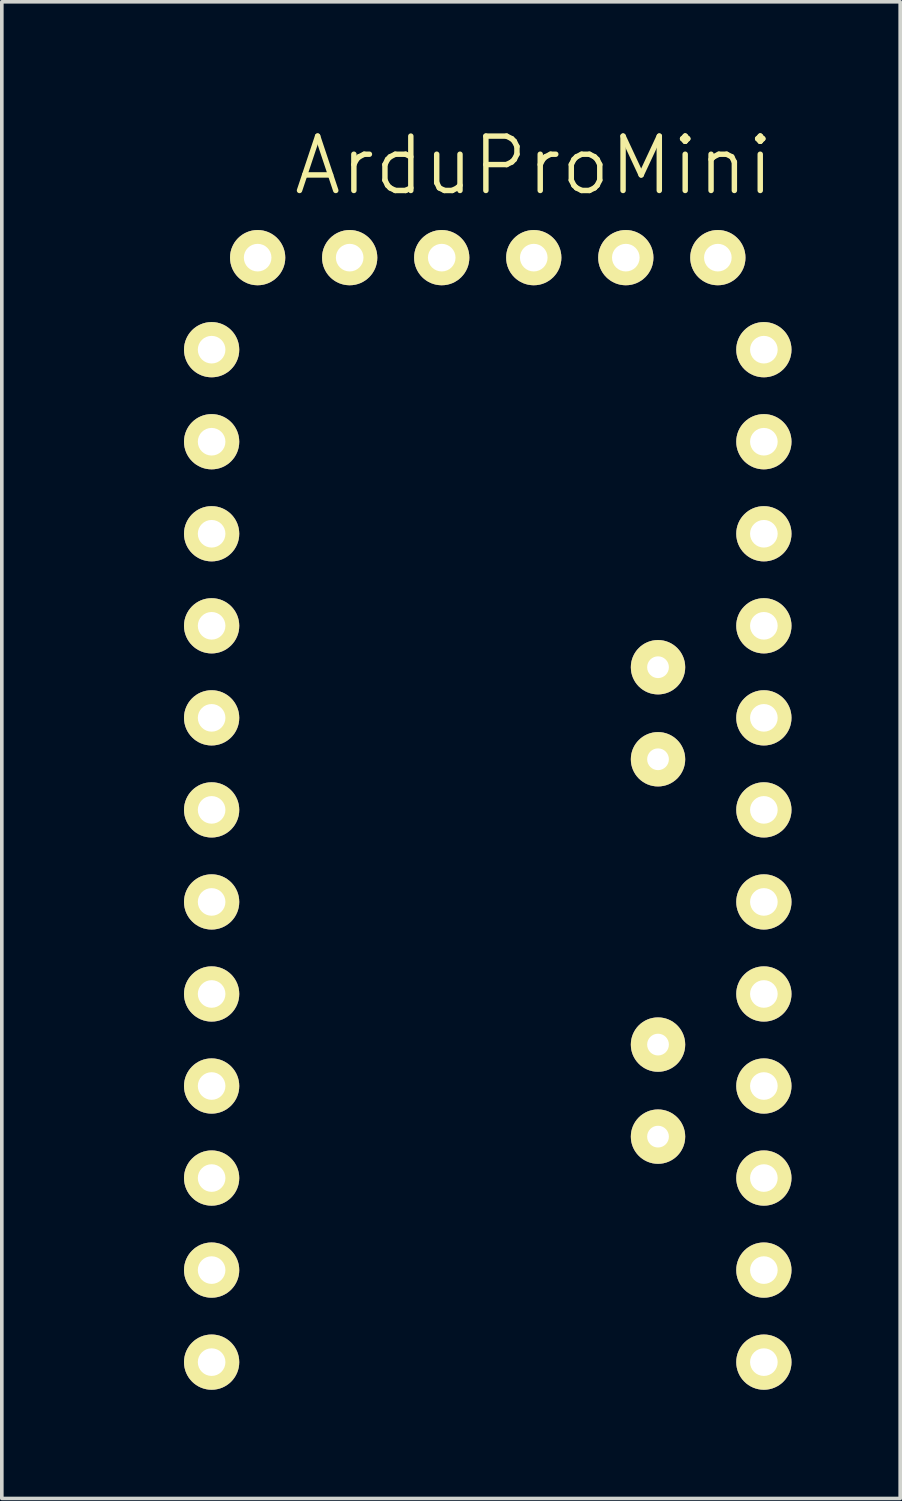
<source format=kicad_pcb>
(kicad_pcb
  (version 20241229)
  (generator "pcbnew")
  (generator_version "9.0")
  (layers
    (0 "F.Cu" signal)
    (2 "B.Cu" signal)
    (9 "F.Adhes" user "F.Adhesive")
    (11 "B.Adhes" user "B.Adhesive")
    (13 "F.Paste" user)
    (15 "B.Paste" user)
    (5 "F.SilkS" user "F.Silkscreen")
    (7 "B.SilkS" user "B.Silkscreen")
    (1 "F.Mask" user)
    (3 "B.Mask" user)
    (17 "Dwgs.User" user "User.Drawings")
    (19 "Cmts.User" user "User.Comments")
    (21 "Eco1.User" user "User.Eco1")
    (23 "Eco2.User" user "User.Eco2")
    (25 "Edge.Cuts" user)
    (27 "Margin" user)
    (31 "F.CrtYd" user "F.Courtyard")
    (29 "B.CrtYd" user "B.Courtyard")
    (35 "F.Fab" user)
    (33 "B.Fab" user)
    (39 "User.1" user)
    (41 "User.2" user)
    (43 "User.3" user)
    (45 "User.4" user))
  (footprint "ArduProMini"
    (layer "F.Cu")
    (at 0.25 0.25)
    (property "Reference" "ArduProMini" (at 11.43 1.27 0) (layer "F.SilkS") (effects (font (size 1.5 1.5) (thickness 0.15))))
    (attr through_hole)
    (pad "1" thru_hole circle (at 3.81 3.81) (size 1.524 1.524) (drill 0.762) (layers "*.Cu" "*.Mask" "F.SilkS"))
    (pad "2" thru_hole circle (at 6.35 3.81) (size 1.524 1.524) (drill 0.762) (layers "*.Cu" "*.Mask" "F.SilkS"))
    (pad "3" thru_hole circle (at 8.89 3.81) (size 1.524 1.524) (drill 0.762) (layers "*.Cu" "*.Mask" "F.SilkS"))
    (pad "4" thru_hole circle (at 11.43 3.81) (size 1.524 1.524) (drill 0.762) (layers "*.Cu" "*.Mask" "F.SilkS"))
    (pad "5" thru_hole circle (at 13.97 3.81) (size 1.524 1.524) (drill 0.762) (layers "*.Cu" "*.Mask" "F.SilkS"))
    (pad "6" thru_hole circle (at 16.51 3.81) (size 1.524 1.524) (drill 0.762) (layers "*.Cu" "*.Mask" "F.SilkS"))
    (pad "7" thru_hole circle (at 2.54 6.35) (size 1.524 1.524) (drill 0.762) (layers "*.Cu" "*.Mask" "F.SilkS"))
    (pad "8" thru_hole circle (at 2.54 8.89) (size 1.524 1.524) (drill 0.762) (layers "*.Cu" "*.Mask" "F.SilkS"))
    (pad "9" thru_hole circle (at 2.54 11.43) (size 1.524 1.524) (drill 0.762) (layers "*.Cu" "*.Mask" "F.SilkS"))
    (pad "10" thru_hole circle (at 2.54 13.97) (size 1.524 1.524) (drill 0.762) (layers "*.Cu" "*.Mask" "F.SilkS"))
    (pad "11" thru_hole circle (at 2.54 16.51) (size 1.524 1.524) (drill 0.762) (layers "*.Cu" "*.Mask" "F.SilkS"))
    (pad "12" thru_hole circle (at 2.54 19.05) (size 1.524 1.524) (drill 0.762) (layers "*.Cu" "*.Mask" "F.SilkS"))
    (pad "13" thru_hole circle (at 2.54 21.59) (size 1.524 1.524) (drill 0.762) (layers "*.Cu" "*.Mask" "F.SilkS"))
    (pad "14" thru_hole circle (at 2.54 24.13) (size 1.524 1.524) (drill 0.762) (layers "*.Cu" "*.Mask" "F.SilkS"))
    (pad "15" thru_hole circle (at 2.54 26.67) (size 1.524 1.524) (drill 0.762) (layers "*.Cu" "*.Mask" "F.SilkS"))
    (pad "16" thru_hole circle (at 2.54 29.21) (size 1.524 1.524) (drill 0.762) (layers "*.Cu" "*.Mask" "F.SilkS"))
    (pad "17" thru_hole circle (at 2.54 31.75) (size 1.524 1.524) (drill 0.762) (layers "*.Cu" "*.Mask" "F.SilkS"))
    (pad "18" thru_hole circle (at 2.54 34.29) (size 1.524 1.524) (drill 0.762) (layers "*.Cu" "*.Mask" "F.SilkS"))
    (pad "19" thru_hole circle (at 17.78 6.35) (size 1.524 1.524) (drill 0.762) (layers "*.Cu" "*.Mask" "F.SilkS"))
    (pad "20" thru_hole circle (at 17.78 8.89) (size 1.524 1.524) (drill 0.762) (layers "*.Cu" "*.Mask" "F.SilkS"))
    (pad "21" thru_hole circle (at 17.78 11.43) (size 1.524 1.524) (drill 0.762) (layers "*.Cu" "*.Mask" "F.SilkS"))
    (pad "22" thru_hole circle (at 17.78 13.97) (size 1.524 1.524) (drill 0.762) (layers "*.Cu" "*.Mask" "F.SilkS"))
    (pad "23" thru_hole circle (at 17.78 16.51) (size 1.524 1.524) (drill 0.762) (layers "*.Cu" "*.Mask" "F.SilkS"))
    (pad "24" thru_hole circle (at 17.78 19.05) (size 1.524 1.524) (drill 0.762) (layers "*.Cu" "*.Mask" "F.SilkS"))
    (pad "25" thru_hole circle (at 17.78 21.59) (size 1.524 1.524) (drill 0.762) (layers "*.Cu" "*.Mask" "F.SilkS"))
    (pad "26" thru_hole circle (at 17.78 24.13) (size 1.524 1.524) (drill 0.762) (layers "*.Cu" "*.Mask" "F.SilkS"))
    (pad "27" thru_hole circle (at 17.78 26.67) (size 1.524 1.524) (drill 0.762) (layers "*.Cu" "*.Mask" "F.SilkS"))
    (pad "28" thru_hole circle (at 17.78 29.21) (size 1.524 1.524) (drill 0.762) (layers "*.Cu" "*.Mask" "F.SilkS"))
    (pad "29" thru_hole circle (at 17.78 31.75) (size 1.524 1.524) (drill 0.762) (layers "*.Cu" "*.Mask" "F.SilkS"))
    (pad "30" thru_hole circle (at 17.78 34.29) (size 1.524 1.524) (drill 0.762) (layers "*.Cu" "*.Mask" "F.SilkS"))
    (pad "31" thru_hole circle (at 14.859 15.113) (size 1.5 1.5) (drill 0.6) (layers "*.Cu" "*.Mask" "F.SilkS"))
    (pad "32" thru_hole circle (at 14.859 17.653) (size 1.5 1.5) (drill 0.6) (layers "*.Cu" "*.Mask" "F.SilkS"))
    (pad "34" thru_hole circle (at 14.859 25.527) (size 1.5 1.5) (drill 0.6) (layers "*.Cu" "*.Mask" "F.SilkS"))
    (pad "35" thru_hole circle (at 14.859 28.067) (size 1.5 1.5) (drill 0.6) (layers "*.Cu" "*.Mask" "F.SilkS")))
  (gr_rect
    (start -3 -3)
    (end 21.792 38.302)
    (stroke (width 0.1) (type default))
    (fill no)
    (layer "Edge.Cuts")))
</source>
